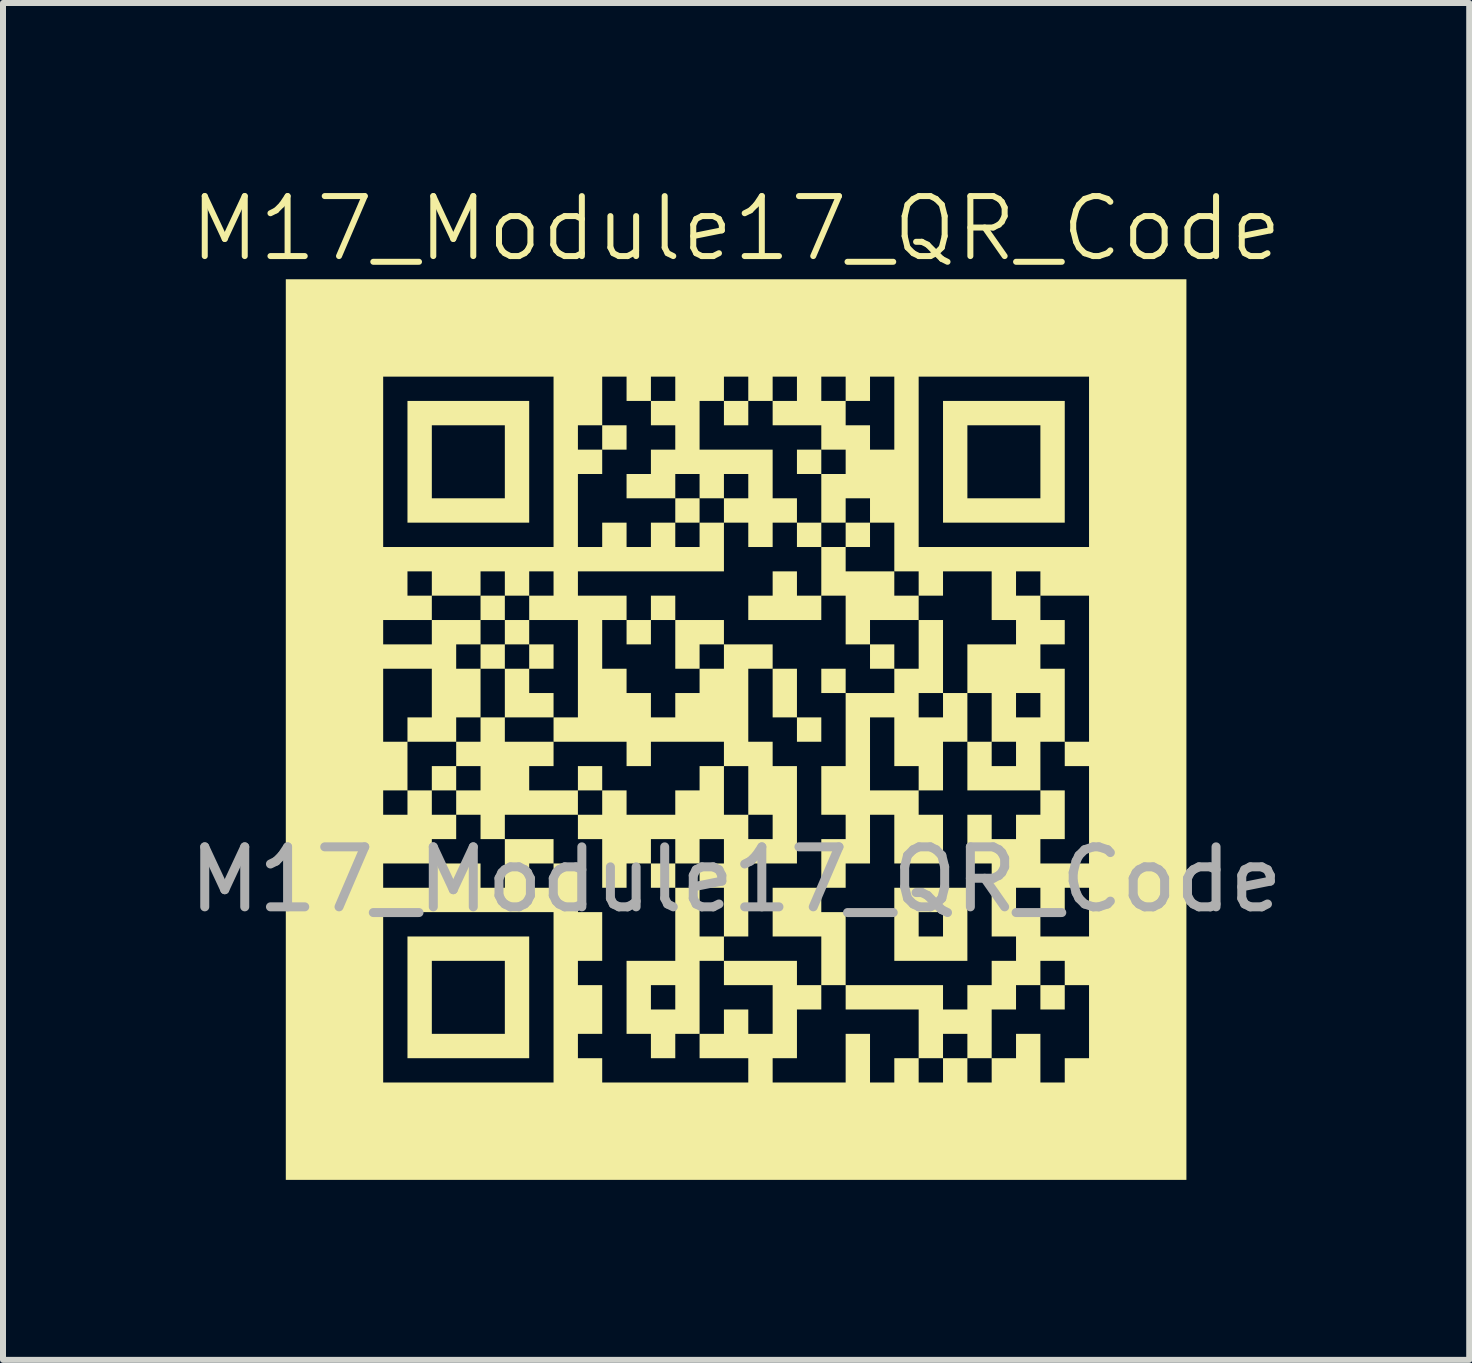
<source format=kicad_pcb>
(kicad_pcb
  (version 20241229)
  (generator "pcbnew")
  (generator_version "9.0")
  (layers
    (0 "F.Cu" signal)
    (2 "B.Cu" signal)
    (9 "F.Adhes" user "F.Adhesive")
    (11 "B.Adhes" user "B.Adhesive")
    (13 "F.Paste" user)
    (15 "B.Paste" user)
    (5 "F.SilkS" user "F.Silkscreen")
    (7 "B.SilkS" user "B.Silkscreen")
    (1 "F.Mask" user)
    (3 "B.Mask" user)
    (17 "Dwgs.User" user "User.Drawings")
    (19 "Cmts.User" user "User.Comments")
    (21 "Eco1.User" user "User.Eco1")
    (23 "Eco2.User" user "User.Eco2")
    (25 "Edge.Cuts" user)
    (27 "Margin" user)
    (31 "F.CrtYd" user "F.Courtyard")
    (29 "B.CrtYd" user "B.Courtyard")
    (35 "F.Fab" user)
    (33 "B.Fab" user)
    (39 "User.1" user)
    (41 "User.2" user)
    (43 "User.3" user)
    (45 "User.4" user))
  (footprint "M17_Module17_QR_Code"
    (layer "F.Cu")
    (at 9.22 9.111)
    (property "Reference" "M17_Module17_QR_Code" (at 0 -8.35 0) (unlocked yes) (layer "F.SilkS") (effects (font (size 1 1) (thickness 0.1))))
    (attr board_only exclude_from_pos_files exclude_from_bom allow_missing_courtyard)
    (fp_poly (pts (xy -3.855 -2.029) (xy -3.855 -1.826) (xy -4.058 -1.826) (xy -4.26 -1.826) (xy -4.26 -2.029) (xy -4.26 -2.232) (xy -4.058 -2.232) (xy -3.855 -2.232)) (stroke (width 0) (type solid)) (fill yes) (layer "F.SilkS"))
    (fp_poly (pts (xy -1.826 -4.869) (xy -1.826 -4.666) (xy -2.029 -4.666) (xy -2.232 -4.666) (xy -2.232 -4.869) (xy -2.232 -5.072) (xy -2.029 -5.072) (xy -1.826 -5.072)) (stroke (width 0) (type solid)) (fill yes) (layer "F.SilkS"))
    (fp_poly (pts (xy -1.014 2.435) (xy -1.014 2.637) (xy -1.217 2.637) (xy -1.42 2.637) (xy -1.42 2.435) (xy -1.42 2.232) (xy -1.217 2.232) (xy -1.014 2.232)) (stroke (width 0) (type solid)) (fill yes) (layer "F.SilkS"))
    (fp_poly (pts (xy -0.609 -3.652) (xy -0.609 -3.449) (xy -0.812 -3.449) (xy -1.014 -3.449) (xy -1.014 -3.652) (xy -1.014 -3.855) (xy -0.812 -3.855) (xy -0.609 -3.855)) (stroke (width 0) (type solid)) (fill yes) (layer "F.SilkS"))
    (fp_poly (pts (xy 0.203 -5.275) (xy 0.203 -5.072) (xy 0 -5.072) (xy -0.203 -5.072) (xy -0.203 -5.275) (xy -0.203 -5.478) (xy 0 -5.478) (xy 0.203 -5.478)) (stroke (width 0) (type solid)) (fill yes) (layer "F.SilkS"))
    (fp_poly (pts (xy 1.014 -0.609) (xy 1.014 -0.203) (xy 0.812 -0.203) (xy 0.609 -0.203) (xy 0.609 -0.609) (xy 0.609 -1.014) (xy 0.812 -1.014) (xy 1.014 -1.014)) (stroke (width 0) (type solid)) (fill yes) (layer "F.SilkS"))
    (fp_poly (pts (xy 1.42 -4.463) (xy 1.42 -4.26) (xy 1.217 -4.26) (xy 1.014 -4.26) (xy 1.014 -4.463) (xy 1.014 -4.666) (xy 1.217 -4.666) (xy 1.42 -4.666)) (stroke (width 0) (type solid)) (fill yes) (layer "F.SilkS"))
    (fp_poly (pts (xy 1.42 0) (xy 1.42 0.203) (xy 1.217 0.203) (xy 1.014 0.203) (xy 1.014 0) (xy 1.014 -0.203) (xy 1.217 -0.203) (xy 1.42 -0.203)) (stroke (width 0) (type solid)) (fill yes) (layer "F.SilkS"))
    (fp_poly (pts (xy 5.478 4.463) (xy 5.478 4.666) (xy 5.275 4.666) (xy 5.072 4.666) (xy 5.072 4.463) (xy 5.072 4.26) (xy 5.275 4.26) (xy 5.478 4.26)) (stroke (width 0) (type solid)) (fill yes) (layer "F.SilkS"))
    (fp_poly (pts (xy -0.203 -1.623) (xy -0.203 -1.42) (xy -0.406 -1.42) (xy -0.609 -1.42) (xy -0.609 -1.217) (xy -0.609 -1.014) (xy -0.812 -1.014) (xy -1.014 -1.014) (xy -1.014 -1.42) (xy -1.014 -1.826) (xy -0.609 -1.826) (xy -0.203 -1.826)) (stroke (width 0) (type solid)) (fill yes) (layer "F.SilkS"))
    (fp_poly (pts (xy -1.014 -2.029) (xy -1.014 -1.826) (xy -1.217 -1.826) (xy -1.42 -1.826) (xy -1.42 -1.623) (xy -1.42 -1.42) (xy -1.623 -1.42) (xy -1.826 -1.42) (xy -1.826 -1.623) (xy -1.826 -1.826) (xy -1.623 -1.826) (xy -1.42 -1.826) (xy -1.42 -2.029) (xy -1.42 -2.232) (xy -1.217 -2.232) (xy -1.014 -2.232)) (stroke (width 0) (type solid)) (fill yes) (layer "F.SilkS"))
    (fp_poly (pts (xy -3.449 -4.463) (xy -3.449 -3.449) (xy -4.463 -3.449) (xy -5.478 -3.449) (xy -5.478 -4.463) (xy -5.478 -5.072) (xy -5.072 -5.072) (xy -5.072 -4.463) (xy -5.072 -3.855) (xy -4.463 -3.855) (xy -3.855 -3.855) (xy -3.855 -4.463) (xy -3.855 -5.072) (xy -4.463 -5.072) (xy -5.072 -5.072) (xy -5.478 -5.072) (xy -5.478 -5.478) (xy -4.463 -5.478) (xy -3.449 -5.478)) (stroke (width 0) (type solid)) (fill yes) (layer "F.SilkS"))
    (fp_poly (pts (xy -3.449 4.463) (xy -3.449 5.478) (xy -4.463 5.478) (xy -5.478 5.478) (xy -5.478 4.463) (xy -5.478 3.855) (xy -5.072 3.855) (xy -5.072 4.463) (xy -5.072 5.072) (xy -4.463 5.072) (xy -3.855 5.072) (xy -3.855 4.463) (xy -3.855 3.855) (xy -4.463 3.855) (xy -5.072 3.855) (xy -5.478 3.855) (xy -5.478 3.449) (xy -4.463 3.449) (xy -3.449 3.449)) (stroke (width 0) (type solid)) (fill yes) (layer "F.SilkS"))
    (fp_poly (pts (xy 3.855 3.246) (xy 3.855 3.855) (xy 3.246 3.855) (xy 2.637 3.855) (xy 2.637 3.246) (xy 2.637 3.043) (xy 3.043 3.043) (xy 3.043 3.246) (xy 3.043 3.449) (xy 3.246 3.449) (xy 3.449 3.449) (xy 3.449 3.246) (xy 3.449 3.043) (xy 3.246 3.043) (xy 3.043 3.043) (xy 2.637 3.043) (xy 2.637 2.637) (xy 3.246 2.637) (xy 3.855 2.637)) (stroke (width 0) (type solid)) (fill yes) (layer "F.SilkS"))
    (fp_poly (pts (xy 5.478 -4.463) (xy 5.478 -3.449) (xy 4.463 -3.449) (xy 3.449 -3.449) (xy 3.449 -4.463) (xy 3.449 -5.072) (xy 3.855 -5.072) (xy 3.855 -4.463) (xy 3.855 -3.855) (xy 4.463 -3.855) (xy 5.072 -3.855) (xy 5.072 -4.463) (xy 5.072 -5.072) (xy 4.463 -5.072) (xy 3.855 -5.072) (xy 3.449 -5.072) (xy 3.449 -5.478) (xy 4.463 -5.478) (xy 5.478 -5.478)) (stroke (width 0) (type solid)) (fill yes) (layer "F.SilkS"))
    (fp_poly (pts (xy -0.609 3.043) (xy -0.609 3.449) (xy -0.406 3.449) (xy -0.203 3.449) (xy -0.203 3.652) (xy -0.203 3.855) (xy -0.406 3.855) (xy -0.609 3.855) (xy -0.609 4.463) (xy -0.609 5.072) (xy -0.812 5.072) (xy -1.014 5.072) (xy -1.014 5.275) (xy -1.014 5.478) (xy -1.217 5.478) (xy -1.42 5.478) (xy -1.42 5.275) (xy -1.42 5.072) (xy -1.623 5.072) (xy -1.826 5.072) (xy -1.826 4.463) (xy -1.826 4.26) (xy -1.42 4.26) (xy -1.42 4.463) (xy -1.42 4.666) (xy -1.217 4.666) (xy -1.014 4.666) (xy -1.014 4.463) (xy -1.014 4.26) (xy -1.217 4.26) (xy -1.42 4.26) (xy -1.826 4.26) (xy -1.826 3.855) (xy -1.42 3.855) (xy -1.014 3.855) (xy -1.014 3.246) (xy -1.014 2.637) (xy -0.812 2.637) (xy -0.609 2.637)) (stroke (width 0) (type solid)) (fill yes) (layer "F.SilkS"))
    (fp_poly (pts (xy 1.42 -3.246) (xy 1.42 -3.043) (xy 1.623 -3.043) (xy 1.826 -3.043) (xy 1.826 -3.246) (xy 1.826 -3.449) (xy 2.029 -3.449) (xy 2.232 -3.449) (xy 2.232 -3.246) (xy 2.232 -3.043) (xy 2.029 -3.043) (xy 1.826 -3.043) (xy 1.826 -2.84) (xy 1.826 -2.637) (xy 2.232 -2.637) (xy 2.637 -2.637) (xy 2.637 -2.435) (xy 2.637 -2.232) (xy 2.84 -2.232) (xy 3.043 -2.232) (xy 3.043 -2.029) (xy 3.043 -1.826) (xy 2.637 -1.826) (xy 2.232 -1.826) (xy 2.232 -1.623) (xy 2.232 -1.42) (xy 2.029 -1.42) (xy 1.826 -1.42) (xy 1.826 -1.826) (xy 1.826 -2.232) (xy 1.623 -2.232) (xy 1.42 -2.232) (xy 1.42 -2.029) (xy 1.42 -1.826) (xy 0.812 -1.826) (xy 0.203 -1.826) (xy 0.203 -2.029) (xy 0.203 -2.232) (xy 0.406 -2.232) (xy 0.609 -2.232) (xy 0.609 -2.435) (xy 0.609 -2.637) (xy 0.812 -2.637) (xy 1.014 -2.637) (xy 1.014 -2.435) (xy 1.014 -2.232) (xy 1.217 -2.232) (xy 1.42 -2.232) (xy 1.42 -2.637) (xy 1.42 -3.043) (xy 1.217 -3.043) (xy 1.014 -3.043) (xy 1.014 -3.246) (xy 1.014 -3.449) (xy 1.217 -3.449) (xy 1.42 -3.449)) (stroke (width 0) (type solid)) (fill yes) (layer "F.SilkS"))
    (fp_poly (pts (xy -3.449 -1.623) (xy -3.449 -1.42) (xy -3.652 -1.42) (xy -3.855 -1.42) (xy -3.855 -1.217) (xy -3.855 -1.014) (xy -3.652 -1.014) (xy -3.449 -1.014) (xy -3.449 -1.217) (xy -3.449 -1.42) (xy -3.246 -1.42) (xy -3.043 -1.42) (xy -3.043 -1.217) (xy -3.043 -1.014) (xy -3.246 -1.014) (xy -3.449 -1.014) (xy -3.449 -0.812) (xy -3.449 -0.609) (xy -3.246 -0.609) (xy -3.043 -0.609) (xy -3.043 -0.406) (xy -3.043 -0.203) (xy -3.449 -0.203) (xy -3.855 -0.203) (xy -3.855 0) (xy -3.855 0.203) (xy -3.449 0.203) (xy -3.043 0.203) (xy -3.043 0.406) (xy -3.043 0.609) (xy -3.246 0.609) (xy -3.449 0.609) (xy -3.449 0.812) (xy -3.449 1.014) (xy -3.043 1.014) (xy -2.637 1.014) (xy -2.637 0.812) (xy -2.637 0.609) (xy -2.435 0.609) (xy -2.232 0.609) (xy -2.232 0.812) (xy -2.232 1.014) (xy -2.435 1.014) (xy -2.637 1.014) (xy -2.637 1.217) (xy -2.637 1.42) (xy -3.246 1.42) (xy -3.855 1.42) (xy -3.855 1.623) (xy -3.855 1.826) (xy -4.058 1.826) (xy -4.26 1.826) (xy -4.26 1.623) (xy -4.26 1.42) (xy -4.463 1.42) (xy -4.666 1.42) (xy -4.666 1.217) (xy -4.666 1.014) (xy -4.869 1.014) (xy -5.072 1.014) (xy -5.072 0.812) (xy -5.072 0.609) (xy -4.869 0.609) (xy -4.666 0.609) (xy -4.666 0.812) (xy -4.666 1.014) (xy -4.463 1.014) (xy -4.26 1.014) (xy -4.26 0.812) (xy -4.26 0.609) (xy -4.463 0.609) (xy -4.666 0.609) (xy -4.666 0.406) (xy -4.666 0.203) (xy -4.463 0.203) (xy -4.26 0.203) (xy -4.26 0) (xy -4.26 -0.203) (xy -4.058 -0.203) (xy -3.855 -0.203) (xy -3.855 -0.609) (xy -3.855 -1.014) (xy -4.058 -1.014) (xy -4.26 -1.014) (xy -4.26 -1.217) (xy -4.26 -1.42) (xy -4.058 -1.42) (xy -3.855 -1.42) (xy -3.855 -1.623) (xy -3.855 -1.826) (xy -3.652 -1.826) (xy -3.449 -1.826)) (stroke (width 0) (type solid)) (fill yes) (layer "F.SilkS"))
    (fp_poly (pts (xy 3.449 -1.217) (xy 3.449 -0.609) (xy 3.246 -0.609) (xy 3.043 -0.609) (xy 3.043 -0.406) (xy 3.043 -0.203) (xy 3.246 -0.203) (xy 3.449 -0.203) (xy 3.449 -0.406) (xy 3.449 -0.609) (xy 3.652 -0.609) (xy 3.855 -0.609) (xy 3.855 -0.203) (xy 3.855 0.203) (xy 3.652 0.203) (xy 3.449 0.203) (xy 3.449 0.609) (xy 3.449 1.014) (xy 3.246 1.014) (xy 3.043 1.014) (xy 3.043 1.217) (xy 3.043 1.42) (xy 3.246 1.42) (xy 3.449 1.42) (xy 3.449 1.826) (xy 3.449 2.232) (xy 3.043 2.232) (xy 2.637 2.232) (xy 2.637 1.826) (xy 2.637 1.42) (xy 2.435 1.42) (xy 2.232 1.42) (xy 2.232 1.826) (xy 2.232 2.232) (xy 2.029 2.232) (xy 1.826 2.232) (xy 1.826 2.435) (xy 1.826 2.637) (xy 1.623 2.637) (xy 1.42 2.637) (xy 1.42 2.84) (xy 1.42 3.043) (xy 1.623 3.043) (xy 1.826 3.043) (xy 1.826 3.652) (xy 1.826 4.26) (xy 1.623 4.26) (xy 1.42 4.26) (xy 1.42 3.855) (xy 1.42 3.449) (xy 1.014 3.449) (xy 0.609 3.449) (xy 0.609 3.043) (xy 0.609 2.637) (xy 1.014 2.637) (xy 1.42 2.637) (xy 1.42 2.232) (xy 1.42 1.826) (xy 1.623 1.826) (xy 1.826 1.826) (xy 1.826 1.623) (xy 1.826 1.42) (xy 1.623 1.42) (xy 1.42 1.42) (xy 1.42 1.014) (xy 1.42 0.609) (xy 1.623 0.609) (xy 1.826 0.609) (xy 1.826 0) (xy 1.826 -0.203) (xy 2.232 -0.203) (xy 2.232 0.406) (xy 2.232 1.014) (xy 2.637 1.014) (xy 3.043 1.014) (xy 3.043 0.812) (xy 3.043 0.609) (xy 2.84 0.609) (xy 2.637 0.609) (xy 2.637 0.203) (xy 2.637 -0.203) (xy 2.435 -0.203) (xy 2.232 -0.203) (xy 1.826 -0.203) (xy 1.826 -0.609) (xy 1.623 -0.609) (xy 1.42 -0.609) (xy 1.42 -0.812) (xy 1.42 -1.014) (xy 1.623 -1.014) (xy 1.826 -1.014) (xy 1.826 -0.812) (xy 1.826 -0.609) (xy 2.232 -0.609) (xy 2.637 -0.609) (xy 2.637 -0.812) (xy 2.637 -1.014) (xy 2.435 -1.014) (xy 2.232 -1.014) (xy 2.232 -1.217) (xy 2.232 -1.42) (xy 2.435 -1.42) (xy 2.637 -1.42) (xy 2.637 -1.217) (xy 2.637 -1.014) (xy 2.84 -1.014) (xy 3.043 -1.014) (xy 3.043 -1.42) (xy 3.043 -1.826) (xy 3.246 -1.826) (xy 3.449 -1.826)) (stroke (width 0) (type solid)) (fill yes) (layer "F.SilkS"))
    (fp_poly (pts (xy 7.506 0) (xy 7.506 7.506) (xy 0 7.506) (xy -7.506 7.506) (xy -7.506 3.043) (xy -5.883 3.043) (xy -5.883 4.463) (xy -5.883 5.883) (xy -4.463 5.883) (xy -3.043 5.883) (xy -3.043 4.463) (xy -3.043 3.043) (xy -4.463 3.043) (xy -5.883 3.043) (xy -7.506 3.043) (xy -7.506 2.637) (xy -5.883 2.637) (xy -5.478 2.637) (xy -5.072 2.637) (xy -5.072 2.435) (xy -5.072 2.232) (xy -4.666 2.232) (xy -4.26 2.232) (xy -4.26 2.435) (xy -4.26 2.637) (xy -4.058 2.637) (xy -3.855 2.637) (xy -3.855 2.232) (xy -3.855 1.826) (xy -3.449 1.826) (xy -3.043 1.826) (xy -3.043 2.029) (xy -3.043 2.232) (xy -3.246 2.232) (xy -3.449 2.232) (xy -3.449 2.435) (xy -3.449 2.637) (xy -3.246 2.637) (xy -3.043 2.637) (xy -3.043 2.435) (xy -3.043 2.232) (xy -2.84 2.232) (xy -2.637 2.232) (xy -2.637 2.637) (xy -2.637 3.043) (xy -2.435 3.043) (xy -2.232 3.043) (xy -2.232 3.449) (xy -2.232 3.855) (xy -2.435 3.855) (xy -2.637 3.855) (xy -2.637 4.058) (xy -2.637 4.26) (xy -2.435 4.26) (xy -2.232 4.26) (xy -2.232 4.666) (xy -2.232 5.072) (xy -2.435 5.072) (xy -2.637 5.072) (xy -2.637 5.275) (xy -2.637 5.478) (xy -2.435 5.478) (xy -2.232 5.478) (xy -2.232 5.681) (xy -2.232 5.883) (xy -1.014 5.883) (xy 0.203 5.883) (xy 0.203 5.681) (xy 0.203 5.478) (xy -0.203 5.478) (xy -0.609 5.478) (xy -0.609 5.275) (xy -0.609 5.072) (xy -0.406 5.072) (xy -0.203 5.072) (xy -0.203 4.869) (xy -0.203 4.666) (xy 0 4.666) (xy 0.203 4.666) (xy 0.203 4.869) (xy 0.203 5.072) (xy 0.406 5.072) (xy 0.609 5.072) (xy 0.609 4.666) (xy 0.609 4.26) (xy 0.203 4.26) (xy -0.203 4.26) (xy -0.203 4.058) (xy -0.203 3.855) (xy 0.406 3.855) (xy 1.014 3.855) (xy 1.014 4.058) (xy 1.014 4.26) (xy 1.217 4.26) (xy 1.42 4.26) (xy 1.42 4.463) (xy 1.42 4.666) (xy 1.217 4.666) (xy 1.014 4.666) (xy 1.014 5.072) (xy 1.014 5.478) (xy 0.812 5.478) (xy 0.609 5.478) (xy 0.609 5.681) (xy 0.609 5.883) (xy 1.217 5.883) (xy 1.826 5.883) (xy 1.826 5.478) (xy 1.826 5.072) (xy 2.029 5.072) (xy 2.232 5.072) (xy 2.232 5.478) (xy 2.232 5.883) (xy 2.435 5.883) (xy 2.637 5.883) (xy 2.637 5.681) (xy 2.637 5.478) (xy 2.84 5.478) (xy 3.043 5.478) (xy 3.043 5.681) (xy 3.043 5.883) (xy 3.246 5.883) (xy 3.449 5.883) (xy 3.449 5.681) (xy 3.449 5.478) (xy 3.652 5.478) (xy 3.855 5.478) (xy 3.855 5.681) (xy 3.855 5.883) (xy 4.058 5.883) (xy 4.26 5.883) (xy 4.26 5.681) (xy 4.26 5.478) (xy 4.463 5.478) (xy 4.666 5.478) (xy 4.666 5.275) (xy 4.666 5.072) (xy 4.869 5.072) (xy 5.072 5.072) (xy 5.072 5.478) (xy 5.072 5.883) (xy 5.275 5.883) (xy 5.478 5.883) (xy 5.478 5.681) (xy 5.478 5.478) (xy 5.681 5.478) (xy 5.883 5.478) (xy 5.883 4.869) (xy 5.883 4.26) (xy 5.681 4.26) (xy 5.478 4.26) (xy 5.478 4.058) (xy 5.478 3.855) (xy 5.275 3.855) (xy 5.072 3.855) (xy 5.072 4.058) (xy 5.072 4.26) (xy 4.869 4.26) (xy 4.666 4.26) (xy 4.666 4.463) (xy 4.666 4.666) (xy 4.463 4.666) (xy 4.26 4.666) (xy 4.26 5.072) (xy 4.26 5.478) (xy 4.058 5.478) (xy 3.855 5.478) (xy 3.855 5.275) (xy 3.855 5.072) (xy 3.652 5.072) (xy 3.449 5.072) (xy 3.449 5.275) (xy 3.449 5.478) (xy 3.246 5.478) (xy 3.043 5.478) (xy 3.043 5.072) (xy 3.043 4.666) (xy 2.435 4.666) (xy 1.826 4.666) (xy 1.826 4.463) (xy 1.826 4.26) (xy 2.637 4.26) (xy 3.449 4.26) (xy 3.449 4.463) (xy 3.449 4.666) (xy 3.652 4.666) (xy 3.855 4.666) (xy 3.855 4.463) (xy 3.855 4.26) (xy 4.058 4.26) (xy 4.26 4.26) (xy 4.26 4.058) (xy 4.26 3.855) (xy 4.463 3.855) (xy 4.666 3.855) (xy 4.666 3.652) (xy 4.666 3.449) (xy 4.463 3.449) (xy 4.26 3.449) (xy 4.26 2.84) (xy 4.26 2.637) (xy 4.666 2.637) (xy 4.666 2.84) (xy 4.666 3.043) (xy 4.869 3.043) (xy 5.072 3.043) (xy 5.072 3.246) (xy 5.072 3.449) (xy 5.478 3.449) (xy 5.883 3.449) (xy 5.883 3.043) (xy 5.883 2.637) (xy 5.681 2.637) (xy 5.478 2.637) (xy 5.478 2.84) (xy 5.478 3.043) (xy 5.275 3.043) (xy 5.072 3.043) (xy 5.072 2.84) (xy 5.072 2.637) (xy 4.869 2.637) (xy 4.666 2.637) (xy 4.26 2.637) (xy 4.26 2.232) (xy 4.058 2.232) (xy 3.855 2.232) (xy 3.855 1.826) (xy 3.855 1.42) (xy 4.058 1.42) (xy 4.26 1.42) (xy 4.26 1.623) (xy 4.26 1.826) (xy 4.463 1.826) (xy 4.666 1.826) (xy 4.666 1.623) (xy 4.666 1.42) (xy 4.869 1.42) (xy 5.072 1.42) (xy 5.072 1.217) (xy 5.072 1.014) (xy 5.275 1.014) (xy 5.478 1.014) (xy 5.478 1.42) (xy 5.478 1.826) (xy 5.275 1.826) (xy 5.072 1.826) (xy 5.072 2.029) (xy 5.072 2.232) (xy 5.478 2.232) (xy 5.883 2.232) (xy 5.883 1.42) (xy 5.883 0.609) (xy 5.681 0.609) (xy 5.478 0.609) (xy 5.478 0.406) (xy 5.478 0.203) (xy 5.681 0.203) (xy 5.883 0.203) (xy 5.883 -1.014) (xy 5.883 -2.232) (xy 5.478 -2.232) (xy 5.072 -2.232) (xy 5.072 -2.029) (xy 5.072 -1.826) (xy 5.275 -1.826) (xy 5.478 -1.826) (xy 5.478 -1.623) (xy 5.478 -1.42) (xy 5.275 -1.42) (xy 5.072 -1.42) (xy 5.072 -1.217) (xy 5.072 -1.014) (xy 5.275 -1.014) (xy 5.478 -1.014) (xy 5.478 -0.406) (xy 5.478 0.203) (xy 5.275 0.203) (xy 5.072 0.203) (xy 5.072 0.609) (xy 5.072 1.014) (xy 4.463 1.014) (xy 3.855 1.014) (xy 3.855 0.609) (xy 3.855 0.203) (xy 4.058 0.203) (xy 4.26 0.203) (xy 4.26 0.406) (xy 4.26 0.609) (xy 4.463 0.609) (xy 4.666 0.609) (xy 4.666 0.406) (xy 4.666 0.203) (xy 4.463 0.203) (xy 4.26 0.203) (xy 4.26 -0.203) (xy 4.26 -0.609) (xy 4.666 -0.609) (xy 4.666 -0.406) (xy 4.666 -0.203) (xy 4.869 -0.203) (xy 5.072 -0.203) (xy 5.072 -0.406) (xy 5.072 -0.609) (xy 4.869 -0.609) (xy 4.666 -0.609) (xy 4.26 -0.609) (xy 4.058 -0.609) (xy 3.855 -0.609) (xy 3.855 -1.014) (xy 3.855 -1.42) (xy 4.26 -1.42) (xy 4.666 -1.42) (xy 4.666 -1.623) (xy 4.666 -1.826) (xy 4.463 -1.826) (xy 4.26 -1.826) (xy 4.26 -2.232) (xy 4.26 -2.637) (xy 4.666 -2.637) (xy 4.666 -2.435) (xy 4.666 -2.232) (xy 4.869 -2.232) (xy 5.072 -2.232) (xy 5.072 -2.435) (xy 5.072 -2.637) (xy 4.869 -2.637) (xy 4.666 -2.637) (xy 4.26 -2.637) (xy 3.855 -2.637) (xy 3.449 -2.637) (xy 3.449 -2.435) (xy 3.449 -2.232) (xy 3.246 -2.232) (xy 3.043 -2.232) (xy 3.043 -2.435) (xy 3.043 -2.637) (xy 2.84 -2.637) (xy 2.637 -2.637) (xy 2.637 -3.043) (xy 2.637 -3.449) (xy 2.435 -3.449) (xy 2.232 -3.449) (xy 2.232 -3.652) (xy 2.232 -3.855) (xy 2.029 -3.855) (xy 1.826 -3.855) (xy 1.826 -3.652) (xy 1.826 -3.449) (xy 1.623 -3.449) (xy 1.42 -3.449) (xy 1.42 -3.855) (xy 1.42 -4.26) (xy 1.623 -4.26) (xy 1.826 -4.26) (xy 1.826 -4.463) (xy 1.826 -4.666) (xy 1.623 -4.666) (xy 1.42 -4.666) (xy 1.42 -4.869) (xy 1.42 -5.072) (xy 1.014 -5.072) (xy 0.609 -5.072) (xy 0.609 -5.275) (xy 0.609 -5.478) (xy 0.812 -5.478) (xy 1.014 -5.478) (xy 1.014 -5.681) (xy 1.014 -5.883) (xy 1.42 -5.883) (xy 1.42 -5.681) (xy 1.42 -5.478) (xy 1.623 -5.478) (xy 1.826 -5.478) (xy 1.826 -5.275) (xy 1.826 -5.072) (xy 2.029 -5.072) (xy 2.232 -5.072) (xy 2.232 -4.869) (xy 2.232 -4.666) (xy 2.435 -4.666) (xy 2.637 -4.666) (xy 2.637 -5.275) (xy 2.637 -5.883) (xy 3.043 -5.883) (xy 3.043 -4.463) (xy 3.043 -3.043) (xy 4.463 -3.043) (xy 5.883 -3.043) (xy 5.883 -4.463) (xy 5.883 -5.883) (xy 4.463 -5.883) (xy 3.043 -5.883) (xy 2.637 -5.883) (xy 2.435 -5.883) (xy 2.232 -5.883) (xy 2.232 -5.681) (xy 2.232 -5.478) (xy 2.029 -5.478) (xy 1.826 -5.478) (xy 1.826 -5.681) (xy 1.826 -5.883) (xy 1.623 -5.883) (xy 1.42 -5.883) (xy 1.014 -5.883) (xy 0.812 -5.883) (xy 0.609 -5.883) (xy 0.609 -5.681) (xy 0.609 -5.478) (xy 0.406 -5.478) (xy 0.203 -5.478) (xy 0.203 -5.681) (xy 0.203 -5.883) (xy 0 -5.883) (xy -0.203 -5.883) (xy -0.203 -5.681) (xy -0.203 -5.478) (xy -0.406 -5.478) (xy -0.609 -5.478) (xy -0.609 -5.072) (xy -0.609 -4.666) (xy 0 -4.666) (xy 0.609 -4.666) (xy 0.609 -4.26) (xy 0.609 -3.855) (xy 0.812 -3.855) (xy 1.014 -3.855) (xy 1.014 -3.652) (xy 1.014 -3.449) (xy 0.812 -3.449) (xy 0.609 -3.449) (xy 0.609 -3.246) (xy 0.609 -3.043) (xy 0.406 -3.043) (xy 0.203 -3.043) (xy 0.203 -3.246) (xy 0.203 -3.449) (xy 0 -3.449) (xy -0.203 -3.449) (xy -0.203 -3.043) (xy -0.203 -2.637) (xy -1.42 -2.637) (xy -2.637 -2.637) (xy -2.637 -2.435) (xy -2.637 -2.232) (xy -2.232 -2.232) (xy -1.826 -2.232) (xy -1.826 -2.029) (xy -1.826 -1.826) (xy -2.029 -1.826) (xy -2.232 -1.826) (xy -2.232 -1.42) (xy -2.232 -1.014) (xy -2.029 -1.014) (xy -1.826 -1.014) (xy -1.826 -0.812) (xy -1.826 -0.609) (xy -1.623 -0.609) (xy -1.42 -0.609) (xy -1.42 -0.406) (xy -1.42 -0.203) (xy -1.217 -0.203) (xy -1.014 -0.203) (xy -1.014 -0.406) (xy -1.014 -0.609) (xy -0.812 -0.609) (xy -0.609 -0.609) (xy -0.609 -0.812) (xy -0.609 -1.014) (xy -0.406 -1.014) (xy -0.203 -1.014) (xy -0.203 -1.217) (xy -0.203 -1.42) (xy 0.203 -1.42) (xy 0.609 -1.42) (xy 0.609 -1.217) (xy 0.609 -1.014) (xy 0.406 -1.014) (xy 0.203 -1.014) (xy 0.203 -0.406) (xy 0.203 0.203) (xy 0.406 0.203) (xy 0.609 0.203) (xy 0.609 0.406) (xy 0.609 0.609) (xy 0.812 0.609) (xy 1.014 0.609) (xy 1.014 1.42) (xy 1.014 2.232) (xy 0.609 2.232) (xy 0.203 2.232) (xy 0.203 2.84) (xy 0.203 3.449) (xy 0 3.449) (xy -0.203 3.449) (xy -0.203 3.043) (xy -0.203 2.637) (xy -0.406 2.637) (xy -0.609 2.637) (xy -0.609 2.435) (xy -0.609 2.232) (xy -0.406 2.232) (xy -0.203 2.232) (xy -0.203 2.029) (xy -0.203 1.826) (xy -0.406 1.826) (xy -0.609 1.826) (xy -0.609 2.029) (xy -0.609 2.232) (xy -0.812 2.232) (xy -1.014 2.232) (xy -1.014 2.029) (xy -1.014 1.826) (xy -1.217 1.826) (xy -1.42 1.826) (xy -1.42 2.029) (xy -1.42 2.232) (xy -1.623 2.232) (xy -1.826 2.232) (xy -1.826 2.435) (xy -1.826 2.637) (xy -2.029 2.637) (xy -2.232 2.637) (xy -2.232 2.232) (xy -2.232 1.826) (xy -2.435 1.826) (xy -2.637 1.826) (xy -2.637 1.623) (xy -2.637 1.42) (xy -2.435 1.42) (xy -2.232 1.42) (xy -2.232 1.217) (xy -2.232 1.014) (xy -2.029 1.014) (xy -1.826 1.014) (xy -1.826 1.217) (xy -1.826 1.42) (xy -1.42 1.42) (xy -1.014 1.42) (xy -1.014 1.217) (xy -1.014 1.014) (xy -0.812 1.014) (xy -0.609 1.014) (xy -0.609 0.812) (xy -0.609 0.609) (xy -0.406 0.609) (xy -0.203 0.609) (xy -0.203 1.014) (xy -0.203 1.42) (xy 0 1.42) (xy 0.203 1.42) (xy 0.203 1.623) (xy 0.203 1.826) (xy 0.406 1.826) (xy 0.609 1.826) (xy 0.609 1.623) (xy 0.609 1.42) (xy 0.406 1.42) (xy 0.203 1.42) (xy 0.203 1.014) (xy 0.203 0.609) (xy 0 0.609) (xy -0.203 0.609) (xy -0.203 0.406) (xy -0.203 0.203) (xy -0.812 0.203) (xy -1.42 0.203) (xy -1.42 0.406) (xy -1.42 0.609) (xy -1.623 0.609) (xy -1.826 0.609) (xy -1.826 0.406) (xy -1.826 0.203) (xy -2.435 0.203) (xy -3.043 0.203) (xy -3.043 0) (xy -3.043 -0.203) (xy -2.84 -0.203) (xy -2.637 -0.203) (xy -2.637 -1.014) (xy -2.637 -1.826) (xy -3.043 -1.826) (xy -3.449 -1.826) (xy -3.449 -2.029) (xy -3.449 -2.232) (xy -3.246 -2.232) (xy -3.043 -2.232) (xy -3.043 -2.435) (xy -3.043 -2.637) (xy -3.246 -2.637) (xy -3.449 -2.637) (xy -3.449 -2.435) (xy -3.449 -2.232) (xy -3.652 -2.232) (xy -3.855 -2.232) (xy -3.855 -2.435) (xy -3.855 -2.637) (xy -4.058 -2.637) (xy -4.26 -2.637) (xy -4.26 -2.435) (xy -4.26 -2.232) (xy -4.666 -2.232) (xy -5.072 -2.232) (xy -5.072 -2.435) (xy -5.072 -2.637) (xy -5.275 -2.637) (xy -5.478 -2.637) (xy -5.478 -2.435) (xy -5.478 -2.232) (xy -5.275 -2.232) (xy -5.072 -2.232) (xy -5.072 -2.029) (xy -5.072 -1.826) (xy -5.478 -1.826) (xy -5.883 -1.826) (xy -5.883 -1.623) (xy -5.883 -1.42) (xy -5.478 -1.42) (xy -5.072 -1.42) (xy -5.072 -1.623) (xy -5.072 -1.826) (xy -4.666 -1.826) (xy -4.26 -1.826) (xy -4.26 -1.623) (xy -4.26 -1.42) (xy -4.463 -1.42) (xy -4.666 -1.42) (xy -4.666 -1.217) (xy -4.666 -1.014) (xy -4.463 -1.014) (xy -4.26 -1.014) (xy -4.26 -0.609) (xy -4.26 -0.203) (xy -4.463 -0.203) (xy -4.666 -0.203) (xy -4.666 0) (xy -4.666 0.203) (xy -5.072 0.203) (xy -5.478 0.203) (xy -5.478 0) (xy -5.478 -0.203) (xy -5.275 -0.203) (xy -5.072 -0.203) (xy -5.072 -0.609) (xy -5.072 -1.014) (xy -5.478 -1.014) (xy -5.883 -1.014) (xy -5.883 -0.406) (xy -5.883 0.203) (xy -5.681 0.203) (xy -5.478 0.203) (xy -5.478 0.609) (xy -5.478 1.014) (xy -5.681 1.014) (xy -5.883 1.014) (xy -5.883 1.217) (xy -5.883 1.42) (xy -5.681 1.42) (xy -5.478 1.42) (xy -5.478 1.217) (xy -5.478 1.014) (xy -5.275 1.014) (xy -5.072 1.014) (xy -5.072 1.217) (xy -5.072 1.42) (xy -4.869 1.42) (xy -4.666 1.42) (xy -4.666 1.623) (xy -4.666 1.826) (xy -4.869 1.826) (xy -5.072 1.826) (xy -5.072 2.029) (xy -5.072 2.232) (xy -5.478 2.232) (xy -5.883 2.232) (xy -5.883 2.435) (xy -5.883 2.637) (xy -7.506 2.637) (xy -7.506 0) (xy -7.506 -5.883) (xy -5.883 -5.883) (xy -5.883 -4.463) (xy -5.883 -3.043) (xy -4.463 -3.043) (xy -3.043 -3.043) (xy -2.637 -3.043) (xy -2.435 -3.043) (xy -2.232 -3.043) (xy -2.232 -3.246) (xy -2.232 -3.449) (xy -2.029 -3.449) (xy -1.826 -3.449) (xy -1.826 -3.246) (xy -1.826 -3.043) (xy -1.623 -3.043) (xy -1.42 -3.043) (xy -1.42 -3.246) (xy -1.42 -3.449) (xy -1.217 -3.449) (xy -1.014 -3.449) (xy -1.014 -3.246) (xy -1.014 -3.043) (xy -0.812 -3.043) (xy -0.609 -3.043) (xy -0.609 -3.246) (xy -0.609 -3.449) (xy -0.406 -3.449) (xy -0.203 -3.449) (xy -0.203 -3.652) (xy -0.203 -3.855) (xy 0 -3.855) (xy 0.203 -3.855) (xy 0.203 -4.058) (xy 0.203 -4.26) (xy 0 -4.26) (xy -0.203 -4.26) (xy -0.203 -4.058) (xy -0.203 -3.855) (xy -0.406 -3.855) (xy -0.609 -3.855) (xy -0.609 -4.058) (xy -0.609 -4.26) (xy -0.812 -4.26) (xy -1.014 -4.26) (xy -1.014 -4.058) (xy -1.014 -3.855) (xy -1.42 -3.855) (xy -1.826 -3.855) (xy -1.826 -4.058) (xy -1.826 -4.26) (xy -1.623 -4.26) (xy -1.42 -4.26) (xy -1.42 -4.463) (xy -1.42 -4.666) (xy -1.217 -4.666) (xy -1.014 -4.666) (xy -1.014 -4.869) (xy -1.014 -5.072) (xy -1.217 -5.072) (xy -1.42 -5.072) (xy -1.42 -5.275) (xy -1.42 -5.478) (xy -1.217 -5.478) (xy -1.014 -5.478) (xy -1.014 -5.681) (xy -1.014 -5.883) (xy -1.217 -5.883) (xy -1.42 -5.883) (xy -1.42 -5.681) (xy -1.42 -5.478) (xy -1.623 -5.478) (xy -1.826 -5.478) (xy -1.826 -5.681) (xy -1.826 -5.883) (xy -2.029 -5.883) (xy -2.232 -5.883) (xy -2.232 -5.478) (xy -2.232 -5.072) (xy -2.435 -5.072) (xy -2.637 -5.072) (xy -2.637 -4.869) (xy -2.637 -4.666) (xy -2.435 -4.666) (xy -2.232 -4.666) (xy -2.232 -4.463) (xy -2.232 -4.26) (xy -2.435 -4.26) (xy -2.637 -4.26) (xy -2.637 -3.652) (xy -2.637 -3.043) (xy -3.043 -3.043) (xy -3.043 -4.463) (xy -3.043 -5.883) (xy -4.463 -5.883) (xy -5.883 -5.883) (xy -7.506 -5.883) (xy -7.506 -7.506) (xy 0 -7.506) (xy 7.506 -7.506)) (stroke (width 0) (type solid)) (fill yes) (layer "F.SilkS"))
    (fp_text user "${REFERENCE}" (at 0 2.5 0) (unlocked yes) (layer "F.Fab") (effects (font (size 1 1) (thickness 0.15)))))
  (gr_rect
    (start -3 -3)
    (end 21.44 19.617)
    (stroke (width 0.1) (type default))
    (fill no)
    (layer "Edge.Cuts")))
</source>
